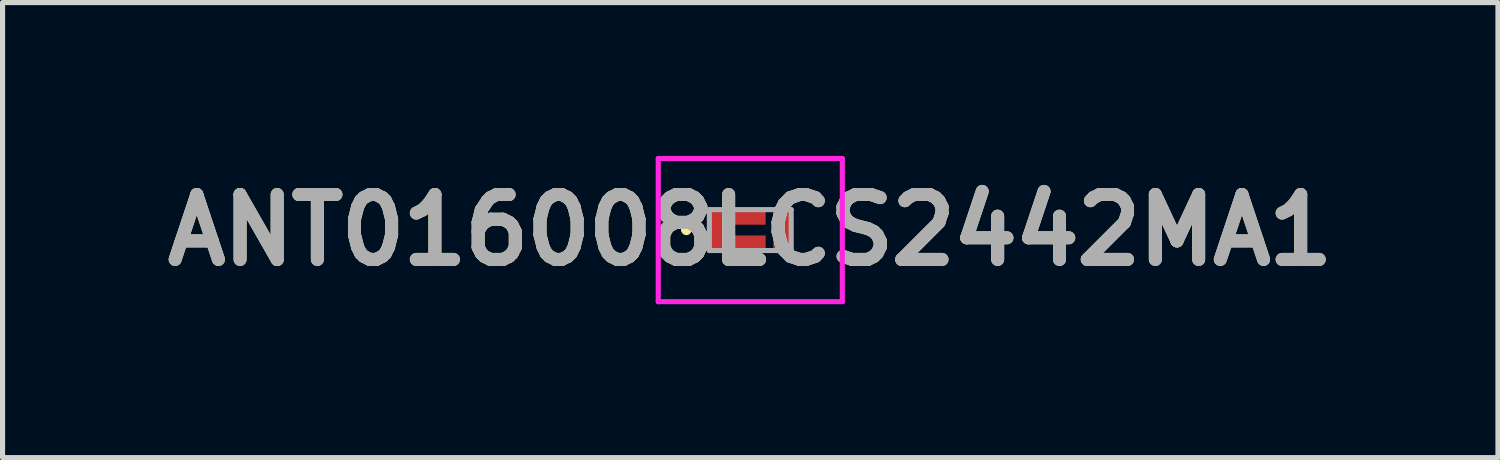
<source format=kicad_pcb>
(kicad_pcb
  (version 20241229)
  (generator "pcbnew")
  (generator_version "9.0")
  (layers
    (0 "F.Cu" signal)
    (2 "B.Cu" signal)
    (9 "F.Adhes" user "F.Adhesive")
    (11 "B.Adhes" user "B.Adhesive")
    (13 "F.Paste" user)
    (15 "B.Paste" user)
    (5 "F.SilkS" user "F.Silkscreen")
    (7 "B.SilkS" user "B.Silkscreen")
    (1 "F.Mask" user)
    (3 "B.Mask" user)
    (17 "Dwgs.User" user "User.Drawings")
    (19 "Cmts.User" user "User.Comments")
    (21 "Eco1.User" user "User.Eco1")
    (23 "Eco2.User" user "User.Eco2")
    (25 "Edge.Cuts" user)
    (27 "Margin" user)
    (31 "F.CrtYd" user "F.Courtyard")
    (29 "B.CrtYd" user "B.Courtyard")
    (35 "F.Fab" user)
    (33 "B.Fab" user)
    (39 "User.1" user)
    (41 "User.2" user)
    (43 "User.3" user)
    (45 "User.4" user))
  (footprint "ANT016008LCS2442MA1"
    (layer "F.Cu")
    (at 11.624 1.45)
    (property "Reference" "ANT016008LCS2442MA1" (at 0 0 0) (layer "F.SilkS") (effects (font (size 1.27 1.27) (thickness 0.254))))
    (attr smd)
    (fp_line (start -1.3 0) (end -1.3 0) (stroke (width 0.1) (type solid)) (layer "F.SilkS"))
    (fp_line (start -1.2 0) (end -1.2 0) (stroke (width 0.1) (type solid)) (layer "F.SilkS"))
    (fp_arc (start -1.3 0) (mid -1.25 -0.05) (end -1.2 0) (stroke (width 0.1) (type solid)) (layer "F.SilkS"))
    (fp_arc (start -1.2 0) (mid -1.25 0.05) (end -1.3 0) (stroke (width 0.1) (type solid)) (layer "F.SilkS"))
    (fp_line (start -1.8 -1.4) (end 1.8 -1.4) (stroke (width 0.1) (type solid)) (layer "F.CrtYd"))
    (fp_line (start -1.8 1.4) (end -1.8 -1.4) (stroke (width 0.1) (type solid)) (layer "F.CrtYd"))
    (fp_line (start 1.8 -1.4) (end 1.8 1.4) (stroke (width 0.1) (type solid)) (layer "F.CrtYd"))
    (fp_line (start 1.8 1.4) (end -1.8 1.4) (stroke (width 0.1) (type solid)) (layer "F.CrtYd"))
    (fp_line (start -0.8 -0.4) (end -0.8 0.4) (stroke (width 0.1) (type solid)) (layer "F.Fab"))
    (fp_line (start -0.8 0.4) (end 0.8 0.4) (stroke (width 0.1) (type solid)) (layer "F.Fab"))
    (fp_line (start 0.8 -0.4) (end -0.8 -0.4) (stroke (width 0.1) (type solid)) (layer "F.Fab"))
    (fp_line (start 0.8 0.4) (end 0.8 -0.4) (stroke (width 0.1) (type solid)) (layer "F.Fab"))
    (fp_text user "${REFERENCE}" (at 0 0 0) (layer "F.Fab") (effects (font (size 1.27 1.27) (thickness 0.254))))
    (pad "1" smd rect (at -0.625 0) (size 0.35 0.8) (layers "F.Cu" "F.Mask" "F.Paste"))
    (pad "2" smd rect (at 0 0.235 90) (size 0.26 0.6) (layers "F.Cu" "F.Mask" "F.Paste"))
    (pad "3" smd rect (at 0 -0.235 90) (size 0.26 0.6) (layers "F.Cu" "F.Mask" "F.Paste"))
    (pad "4" smd rect (at 0.625 0) (size 0.35 0.8) (layers "F.Cu" "F.Mask" "F.Paste")))
  (gr_rect
    (start -3 -3)
    (end 26.247 5.9)
    (stroke (width 0.1) (type default))
    (fill no)
    (layer "Edge.Cuts")))
</source>
